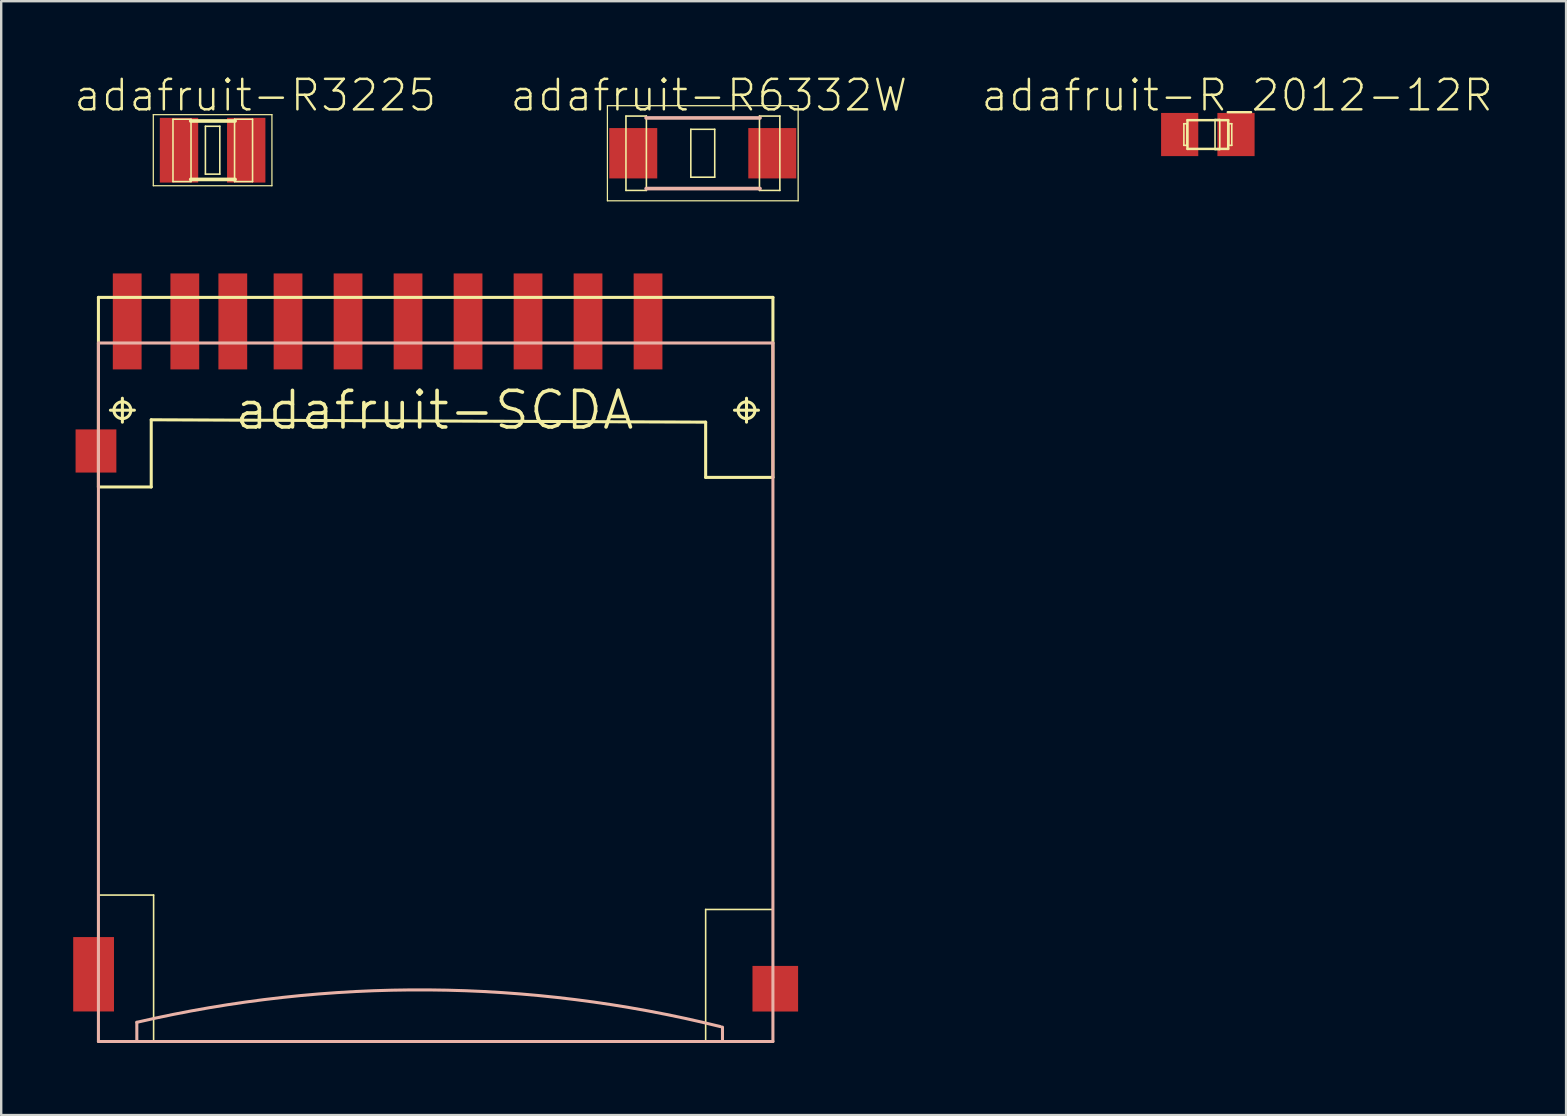
<source format=kicad_pcb>
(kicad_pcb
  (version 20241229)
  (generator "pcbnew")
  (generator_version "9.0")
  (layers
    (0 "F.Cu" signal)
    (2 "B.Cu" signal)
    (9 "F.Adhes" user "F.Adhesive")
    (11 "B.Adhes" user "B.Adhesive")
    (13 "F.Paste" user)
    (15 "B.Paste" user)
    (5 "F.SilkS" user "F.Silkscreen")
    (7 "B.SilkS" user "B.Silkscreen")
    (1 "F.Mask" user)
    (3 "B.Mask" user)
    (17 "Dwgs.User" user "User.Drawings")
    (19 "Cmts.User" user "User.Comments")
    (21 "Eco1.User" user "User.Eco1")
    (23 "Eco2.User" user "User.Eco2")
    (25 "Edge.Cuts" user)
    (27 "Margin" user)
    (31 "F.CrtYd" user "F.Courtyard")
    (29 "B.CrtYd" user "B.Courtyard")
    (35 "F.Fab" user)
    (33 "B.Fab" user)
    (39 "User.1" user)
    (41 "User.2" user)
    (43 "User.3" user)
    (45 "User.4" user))
  (footprint "adafruit-R3225"
    (layer "F.Cu")
    (at 5.807 3.207)
    (property "Reference" "adafruit-R3225" (at 1.778 -2.286 0) (layer "F.SilkS") (effects (font (size 1.27 1.27) (thickness 0.102))))
    (attr smd)
    (fp_line (start -2.471 -1.481) (end 2.471 -1.481) (stroke (width 0.051) (type solid)) (layer "F.SilkS"))
    (fp_line (start -2.471 1.481) (end -2.471 -1.481) (stroke (width 0.051) (type solid)) (layer "F.SilkS"))
    (fp_line (start -1.651 -1.29) (end -0.899 -1.29) (stroke (width 0.066) (type solid)) (layer "F.SilkS"))
    (fp_line (start -1.651 1.308) (end -1.651 -1.29) (stroke (width 0.066) (type solid)) (layer "F.SilkS"))
    (fp_line (start -1.651 1.308) (end -0.899 1.308) (stroke (width 0.066) (type solid)) (layer "F.SilkS"))
    (fp_line (start -0.912 -1.217) (end 0.937 -1.217) (stroke (width 0.152) (type solid)) (layer "F.SilkS"))
    (fp_line (start -0.912 1.217) (end 0.937 1.217) (stroke (width 0.152) (type solid)) (layer "F.SilkS"))
    (fp_line (start -0.899 1.308) (end -0.899 -1.29) (stroke (width 0.066) (type solid)) (layer "F.SilkS"))
    (fp_line (start -0.3 -0.998) (end 0.3 -0.998) (stroke (width 0.066) (type solid)) (layer "F.SilkS"))
    (fp_line (start -0.3 0.998) (end -0.3 -0.998) (stroke (width 0.066) (type solid)) (layer "F.SilkS"))
    (fp_line (start -0.3 0.998) (end 0.3 0.998) (stroke (width 0.066) (type solid)) (layer "F.SilkS"))
    (fp_line (start 0.3 0.998) (end 0.3 -0.998) (stroke (width 0.066) (type solid)) (layer "F.SilkS"))
    (fp_line (start 0.914 -1.29) (end 1.664 -1.29) (stroke (width 0.066) (type solid)) (layer "F.SilkS"))
    (fp_line (start 0.914 1.308) (end 0.914 -1.29) (stroke (width 0.066) (type solid)) (layer "F.SilkS"))
    (fp_line (start 0.914 1.308) (end 1.664 1.308) (stroke (width 0.066) (type solid)) (layer "F.SilkS"))
    (fp_line (start 1.664 1.308) (end 1.664 -1.29) (stroke (width 0.066) (type solid)) (layer "F.SilkS"))
    (fp_line (start 2.471 -1.481) (end 2.471 1.481) (stroke (width 0.051) (type solid)) (layer "F.SilkS"))
    (fp_line (start 2.471 1.481) (end -2.471 1.481) (stroke (width 0.051) (type solid)) (layer "F.SilkS"))
    (pad "1" smd rect (at -1.4 0) (size 1.598 2.697) (layers "F.Cu" "F.Mask" "F.Paste"))
    (pad "2" smd rect (at 1.4 0) (size 1.598 2.697) (layers "F.Cu" "F.Mask" "F.Paste")))
  (footprint "adafruit-SCDA"
    (layer "F.Cu")
    (at 15.048 14.038)
    (property "Reference" "adafruit-SCDA" (at 0 0 0) (layer "F.SilkS") (effects (font (size 1.524 1.524) (thickness 0.15))))
    (attr smd)
    (fp_line (start -13.998 -4.699) (end 14.1 -4.699) (stroke (width 0.127) (type solid)) (layer "F.SilkS"))
    (fp_line (start -13.998 3.198) (end -13.998 -4.699) (stroke (width 0.127) (type solid)) (layer "F.SilkS"))
    (fp_line (start -13.998 20.198) (end -11.699 20.198) (stroke (width 0.066) (type solid)) (layer "F.SilkS"))
    (fp_line (start -13.998 26.299) (end -13.998 20.198) (stroke (width 0.066) (type solid)) (layer "F.SilkS"))
    (fp_line (start -13.998 26.299) (end -11.699 26.299) (stroke (width 0.066) (type solid)) (layer "F.SilkS"))
    (fp_line (start -13.498 0) (end -12.499 0) (stroke (width 0.127) (type solid)) (layer "F.SilkS"))
    (fp_line (start -13 0.498) (end -13 -0.498) (stroke (width 0.127) (type solid)) (layer "F.SilkS"))
    (fp_line (start -11.798 0.399) (end -11.798 3.198) (stroke (width 0.127) (type solid)) (layer "F.SilkS"))
    (fp_line (start -11.798 3.198) (end -13.998 3.198) (stroke (width 0.127) (type solid)) (layer "F.SilkS"))
    (fp_line (start -11.699 26.299) (end -11.699 20.198) (stroke (width 0.066) (type solid)) (layer "F.SilkS"))
    (fp_line (start 11.298 0.498) (end -11.798 0.399) (stroke (width 0.127) (type solid)) (layer "F.SilkS"))
    (fp_line (start 11.298 2.799) (end 11.298 0.498) (stroke (width 0.127) (type solid)) (layer "F.SilkS"))
    (fp_line (start 11.298 20.798) (end 14.1 20.798) (stroke (width 0.066) (type solid)) (layer "F.SilkS"))
    (fp_line (start 11.298 26.299) (end 11.298 20.798) (stroke (width 0.066) (type solid)) (layer "F.SilkS"))
    (fp_line (start 11.298 26.299) (end 14.1 26.299) (stroke (width 0.066) (type solid)) (layer "F.SilkS"))
    (fp_line (start 12.499 0) (end 13.498 0) (stroke (width 0.127) (type solid)) (layer "F.SilkS"))
    (fp_line (start 13 0.498) (end 13 -0.498) (stroke (width 0.127) (type solid)) (layer "F.SilkS"))
    (fp_line (start 14.1 -4.699) (end 14.1 2.799) (stroke (width 0.127) (type solid)) (layer "F.SilkS"))
    (fp_line (start 14.1 2.799) (end 11.298 2.799) (stroke (width 0.127) (type solid)) (layer "F.SilkS"))
    (fp_line (start 14.1 26.299) (end 14.1 20.798) (stroke (width 0.066) (type solid)) (layer "F.SilkS"))
    (fp_circle (center -13 0) (end -13.249 0.249) (stroke (width 0.127) (type solid)) (fill no) (layer "F.SilkS"))
    (fp_circle (center 13 0) (end 13.249 0.249) (stroke (width 0.127) (type solid)) (fill no) (layer "F.SilkS"))
    (fp_line (start -13.998 -2.799) (end 14.1 -2.799) (stroke (width 0.127) (type solid)) (layer "B.SilkS"))
    (fp_line (start -13.998 26.299) (end -13.998 -2.799) (stroke (width 0.127) (type solid)) (layer "B.SilkS"))
    (fp_line (start -12.398 25.499) (end -12.398 26.299) (stroke (width 0.127) (type solid)) (layer "B.SilkS"))
    (fp_line (start -12.398 26.299) (end -13.998 26.299) (stroke (width 0.127) (type solid)) (layer "B.SilkS"))
    (fp_line (start 11.999 25.7) (end 11.999 26.299) (stroke (width 0.127) (type solid)) (layer "B.SilkS"))
    (fp_line (start 11.999 26.299) (end -12.398 26.299) (stroke (width 0.127) (type solid)) (layer "B.SilkS"))
    (fp_line (start 14.1 -2.799) (end 14.1 26.299) (stroke (width 0.127) (type solid)) (layer "B.SilkS"))
    (fp_line (start 14.1 26.299) (end 11.999 26.299) (stroke (width 0.127) (type solid)) (layer "B.SilkS"))
    (fp_arc (start -12.39774 25.49906) (mid -0.229751 24.150002) (end 11.916966 25.67878) (stroke (width 0.127) (type solid)) (layer "B.SilkS"))
    (pad "1" smd rect (at 6.398 -3.698 90) (size 3.998 1.199) (layers "F.Cu" "F.Mask" "F.Paste"))
    (pad "2" smd rect (at 3.899 -3.698 90) (size 3.998 1.199) (layers "F.Cu" "F.Mask" "F.Paste"))
    (pad "3" smd rect (at 1.4 -3.698 90) (size 3.998 1.199) (layers "F.Cu" "F.Mask" "F.Paste"))
    (pad "4" smd rect (at -1.1 -3.698 90) (size 3.998 1.199) (layers "F.Cu" "F.Mask" "F.Paste"))
    (pad "5" smd rect (at -3.599 -3.698 90) (size 3.998 1.199) (layers "F.Cu" "F.Mask" "F.Paste"))
    (pad "6" smd rect (at -6.099 -3.698 90) (size 3.998 1.199) (layers "F.Cu" "F.Mask" "F.Paste"))
    (pad "7" smd rect (at -8.4 -3.698 90) (size 3.998 1.199) (layers "F.Cu" "F.Mask" "F.Paste"))
    (pad "8" smd rect (at -10.399 -3.698 90) (size 3.998 1.199) (layers "F.Cu" "F.Mask" "F.Paste"))
    (pad "9" smd rect (at 8.898 -3.698 90) (size 3.998 1.199) (layers "F.Cu" "F.Mask" "F.Paste"))
    (pad "10" smd rect (at -12.799 -3.698 90) (size 3.998 1.199) (layers "F.Cu" "F.Mask" "F.Paste"))
    (pad "11" smd rect (at -14.1 1.699) (size 1.699 1.798) (layers "F.Cu" "F.Mask" "F.Paste"))
    (pad "12" smd rect (at -14.199 23.498) (size 1.699 3.099) (layers "F.Cu" "F.Mask" "F.Paste"))
    (pad "13" smd rect (at 14.199 24.1) (size 1.9 1.9) (layers "F.Cu" "F.Mask" "F.Paste")))
  (footprint "adafruit-R6332W"
    (layer "F.Cu")
    (at 26.226 3.334)
    (property "Reference" "adafruit-R6332W" (at 0.254 -2.413 0) (layer "F.SilkS") (effects (font (size 1.27 1.27) (thickness 0.102))))
    (attr smd)
    (fp_line (start -3.973 -1.981) (end 3.973 -1.981) (stroke (width 0.051) (type solid)) (layer "F.SilkS"))
    (fp_line (start -3.973 1.981) (end -3.973 -1.981) (stroke (width 0.051) (type solid)) (layer "F.SilkS"))
    (fp_line (start -3.2 -1.549) (end -2.349 -1.549) (stroke (width 0.066) (type solid)) (layer "F.SilkS"))
    (fp_line (start -3.2 1.549) (end -3.2 -1.549) (stroke (width 0.066) (type solid)) (layer "F.SilkS"))
    (fp_line (start -3.2 1.549) (end -2.349 1.549) (stroke (width 0.066) (type solid)) (layer "F.SilkS"))
    (fp_line (start -2.349 1.549) (end -2.349 -1.549) (stroke (width 0.066) (type solid)) (layer "F.SilkS"))
    (fp_line (start -0.498 -0.998) (end 0.498 -0.998) (stroke (width 0.066) (type solid)) (layer "F.SilkS"))
    (fp_line (start -0.498 0.998) (end -0.498 -0.998) (stroke (width 0.066) (type solid)) (layer "F.SilkS"))
    (fp_line (start -0.498 0.998) (end 0.498 0.998) (stroke (width 0.066) (type solid)) (layer "F.SilkS"))
    (fp_line (start 0.498 0.998) (end 0.498 -0.998) (stroke (width 0.066) (type solid)) (layer "F.SilkS"))
    (fp_line (start 2.362 -1.549) (end 3.211 -1.549) (stroke (width 0.066) (type solid)) (layer "F.SilkS"))
    (fp_line (start 2.362 1.549) (end 2.362 -1.549) (stroke (width 0.066) (type solid)) (layer "F.SilkS"))
    (fp_line (start 2.362 1.549) (end 3.211 1.549) (stroke (width 0.066) (type solid)) (layer "F.SilkS"))
    (fp_line (start 3.211 1.549) (end 3.211 -1.549) (stroke (width 0.066) (type solid)) (layer "F.SilkS"))
    (fp_line (start 3.973 -1.981) (end 3.973 1.981) (stroke (width 0.051) (type solid)) (layer "F.SilkS"))
    (fp_line (start 3.973 1.981) (end -3.973 1.981) (stroke (width 0.051) (type solid)) (layer "F.SilkS"))
    (fp_line (start -2.36 -1.471) (end 2.385 -1.471) (stroke (width 0.152) (type solid)) (layer "B.SilkS"))
    (fp_line (start -2.36 1.471) (end 2.385 1.471) (stroke (width 0.152) (type solid)) (layer "B.SilkS"))
    (pad "1" smd rect (at -2.896 0) (size 1.999 2.098) (layers "F.Cu" "F.Mask" "F.Paste"))
    (pad "2" smd rect (at 2.896 0) (size 1.999 2.098) (layers "F.Cu" "F.Mask" "F.Paste")))
  (footprint "adafruit-R_2012-12R"
    (layer "F.Cu")
    (at 47.266 2.554)
    (property "Reference" "adafruit-R_2012-12R" (at 1.224 -1.633 0) (layer "F.SilkS") (effects (font (size 1.27 1.27) (thickness 0.102))))
    (attr smd)
    (fp_line (start -0.998 -0.45) (end -0.874 -0.45) (stroke (width 0.066) (type solid)) (layer "F.SilkS"))
    (fp_line (start -0.998 0.45) (end -0.998 -0.45) (stroke (width 0.066) (type solid)) (layer "F.SilkS"))
    (fp_line (start -0.998 0.45) (end -0.874 0.45) (stroke (width 0.066) (type solid)) (layer "F.SilkS"))
    (fp_line (start -0.874 0.45) (end -0.874 -0.45) (stroke (width 0.066) (type solid)) (layer "F.SilkS"))
    (fp_line (start -0.848 -0.599) (end 0.848 -0.599) (stroke (width 0.102) (type solid)) (layer "F.SilkS"))
    (fp_line (start -0.848 0.599) (end -0.848 -0.599) (stroke (width 0.102) (type solid)) (layer "F.SilkS"))
    (fp_line (start 0.3 -0.625) (end 0.498 -0.625) (stroke (width 0.066) (type solid)) (layer "F.SilkS"))
    (fp_line (start 0.3 0.625) (end 0.3 -0.625) (stroke (width 0.066) (type solid)) (layer "F.SilkS"))
    (fp_line (start 0.3 0.625) (end 0.498 0.625) (stroke (width 0.066) (type solid)) (layer "F.SilkS"))
    (fp_line (start 0.498 0.625) (end 0.498 -0.625) (stroke (width 0.066) (type solid)) (layer "F.SilkS"))
    (fp_line (start 0.848 -0.599) (end 0.848 0.599) (stroke (width 0.102) (type solid)) (layer "F.SilkS"))
    (fp_line (start 0.848 0.599) (end -0.848 0.599) (stroke (width 0.102) (type solid)) (layer "F.SilkS"))
    (fp_line (start 0.874 -0.45) (end 0.998 -0.45) (stroke (width 0.066) (type solid)) (layer "F.SilkS"))
    (fp_line (start 0.874 0.45) (end 0.874 -0.45) (stroke (width 0.066) (type solid)) (layer "F.SilkS"))
    (fp_line (start 0.874 0.45) (end 0.998 0.45) (stroke (width 0.066) (type solid)) (layer "F.SilkS"))
    (fp_line (start 0.998 0.45) (end 0.998 -0.45) (stroke (width 0.066) (type solid)) (layer "F.SilkS"))
    (pad "+" smd rect (at 1.173 0) (size 1.549 1.798) (layers "F.Cu" "F.Mask" "F.Paste"))
    (pad "-" smd rect (at -1.173 0) (size 1.549 1.798) (layers "F.Cu" "F.Mask" "F.Paste")))
  (gr_rect
    (start -3 -3)
    (end 62.19 43.401)
    (stroke (width 0.1) (type default))
    (fill no)
    (layer "Edge.Cuts")))
</source>
